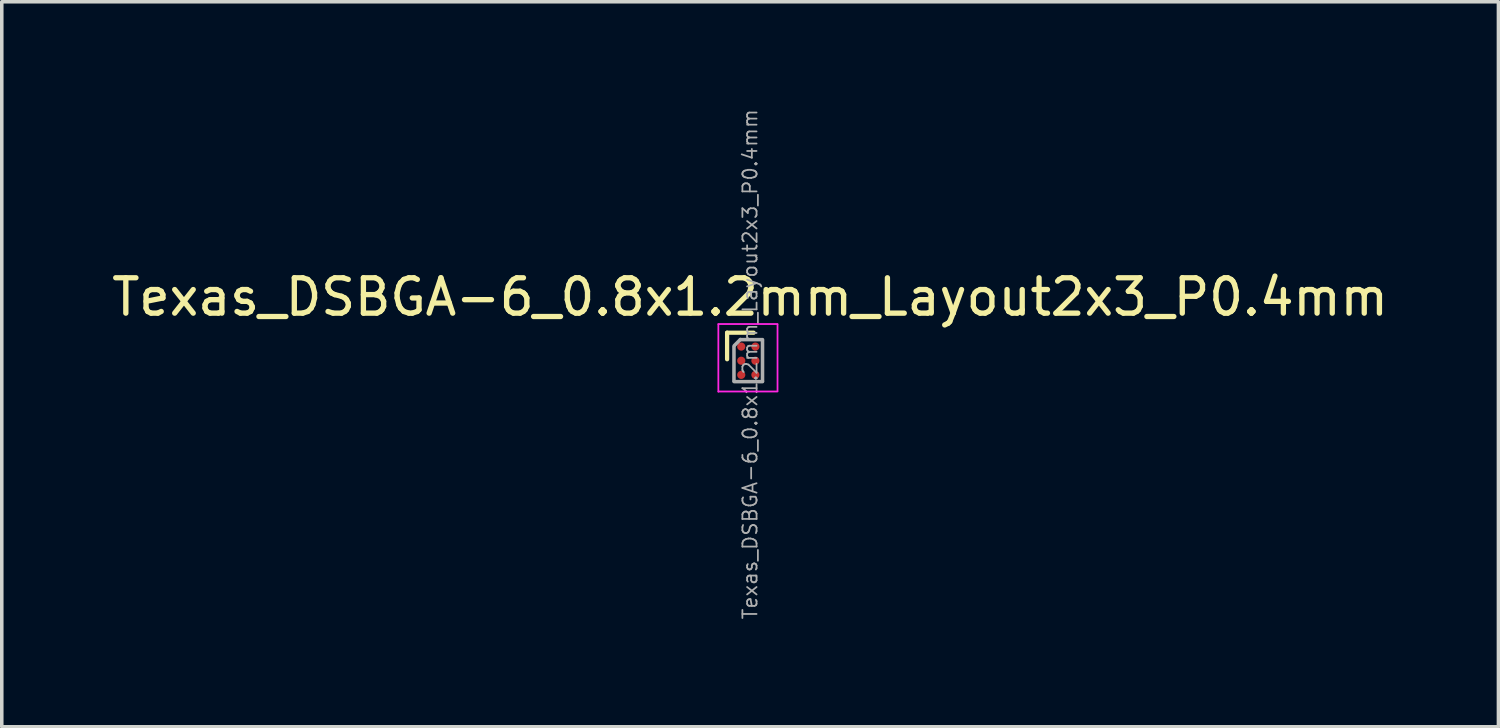
<source format=kicad_pcb>
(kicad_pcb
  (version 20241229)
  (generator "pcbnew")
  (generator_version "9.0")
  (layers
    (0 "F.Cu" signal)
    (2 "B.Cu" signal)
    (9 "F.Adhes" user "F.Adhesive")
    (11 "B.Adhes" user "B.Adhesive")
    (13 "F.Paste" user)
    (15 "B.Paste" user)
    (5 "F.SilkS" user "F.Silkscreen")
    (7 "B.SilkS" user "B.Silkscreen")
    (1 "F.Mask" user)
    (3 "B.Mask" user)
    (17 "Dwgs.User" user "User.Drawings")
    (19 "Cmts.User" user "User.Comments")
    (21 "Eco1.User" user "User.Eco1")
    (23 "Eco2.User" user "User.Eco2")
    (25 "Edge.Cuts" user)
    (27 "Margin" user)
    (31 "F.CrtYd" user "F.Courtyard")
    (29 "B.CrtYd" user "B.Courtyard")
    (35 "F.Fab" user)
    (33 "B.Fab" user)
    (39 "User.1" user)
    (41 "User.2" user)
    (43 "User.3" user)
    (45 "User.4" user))
  (footprint "Texas_DSBGA-6_0.8x1.2mm_Layout2x3_P0.4mm"
    (layer "F.Cu")
    (at 18.149 7.245)
    (property "Reference" "Texas_DSBGA-6_0.8x1.2mm_Layout2x3_P0.4mm" (at 0 -1.9 0) (layer "F.SilkS") (effects (font (size 1 1) (thickness 0.15))))
    (attr smd)
    (fp_line (start -0.65 -0.892) (end -0.65 -0.142) (stroke (width 0.12) (type solid)) (layer "F.SilkS"))
    (fp_line (start 0.1 -0.892) (end -0.65 -0.892) (stroke (width 0.12) (type solid)) (layer "F.SilkS"))
    (fp_line (start -0.9 -1.137) (end 0.775 -1.137) (stroke (width 0.05) (type solid)) (layer "F.CrtYd"))
    (fp_line (start -0.897 -1.125) (end -0.897 0.775) (stroke (width 0.05) (type solid)) (layer "F.CrtYd"))
    (fp_line (start 0.775 0.75) (end 0.775 -1.125) (stroke (width 0.05) (type solid)) (layer "F.CrtYd"))
    (fp_line (start 0.775 0.769) (end -0.895 0.769) (stroke (width 0.05) (type solid)) (layer "F.CrtYd"))
    (fp_line (start -0.456 -0.5) (end -0.456 0.475) (stroke (width 0.1) (type solid)) (layer "F.Fab"))
    (fp_line (start -0.45 0.49) (end 0.35 0.49) (stroke (width 0.1) (type solid)) (layer "F.Fab"))
    (fp_line (start -0.445 -0.53) (end -0.275 -0.7) (stroke (width 0.1) (type solid)) (layer "F.Fab"))
    (fp_line (start 0.35 -0.697) (end -0.275 -0.697) (stroke (width 0.1) (type solid)) (layer "F.Fab"))
    (fp_line (start 0.351 0.475) (end 0.351 -0.675) (stroke (width 0.1) (type solid)) (layer "F.Fab"))
    (fp_text user "${REFERENCE}" (at 0 0 90) (layer "F.Fab") (effects (font (size 0.4 0.4) (thickness 0.05))))
    (pad "" smd circle (at -0.25 -0.5) (size 0.23 0.23) (layers "F.Paste"))
    (pad "" smd circle (at -0.25 -0.1) (size 0.23 0.23) (layers "F.Paste"))
    (pad "" smd circle (at -0.25 0.3) (size 0.23 0.23) (layers "F.Paste"))
    (pad "" smd circle (at 0.15 -0.5) (size 0.23 0.23) (layers "F.Paste"))
    (pad "" smd circle (at 0.15 -0.1) (size 0.23 0.23) (layers "F.Paste"))
    (pad "" smd circle (at 0.15 0.3) (size 0.23 0.23) (layers "F.Paste"))
    (pad "A1" smd circle (at -0.25 -0.5) (size 0.23 0.23) (layers "F.Cu" "F.Mask"))
    (pad "A2" smd circle (at 0.15 -0.5) (size 0.23 0.23) (layers "F.Cu" "F.Mask"))
    (pad "B1" smd circle (at -0.25 -0.1) (size 0.23 0.23) (layers "F.Cu" "F.Mask"))
    (pad "B2" smd circle (at 0.15 -0.1) (size 0.23 0.23) (layers "F.Cu" "F.Mask"))
    (pad "C1" smd circle (at -0.25 0.3) (size 0.23 0.23) (layers "F.Cu" "F.Mask"))
    (pad "C2" smd circle (at 0.15 0.3) (size 0.23 0.23) (layers "F.Cu" "F.Mask")))
  (gr_rect
    (start -3 -3)
    (end 39.298 17.489)
    (stroke (width 0.1) (type default))
    (fill no)
    (layer "Edge.Cuts")))
</source>
